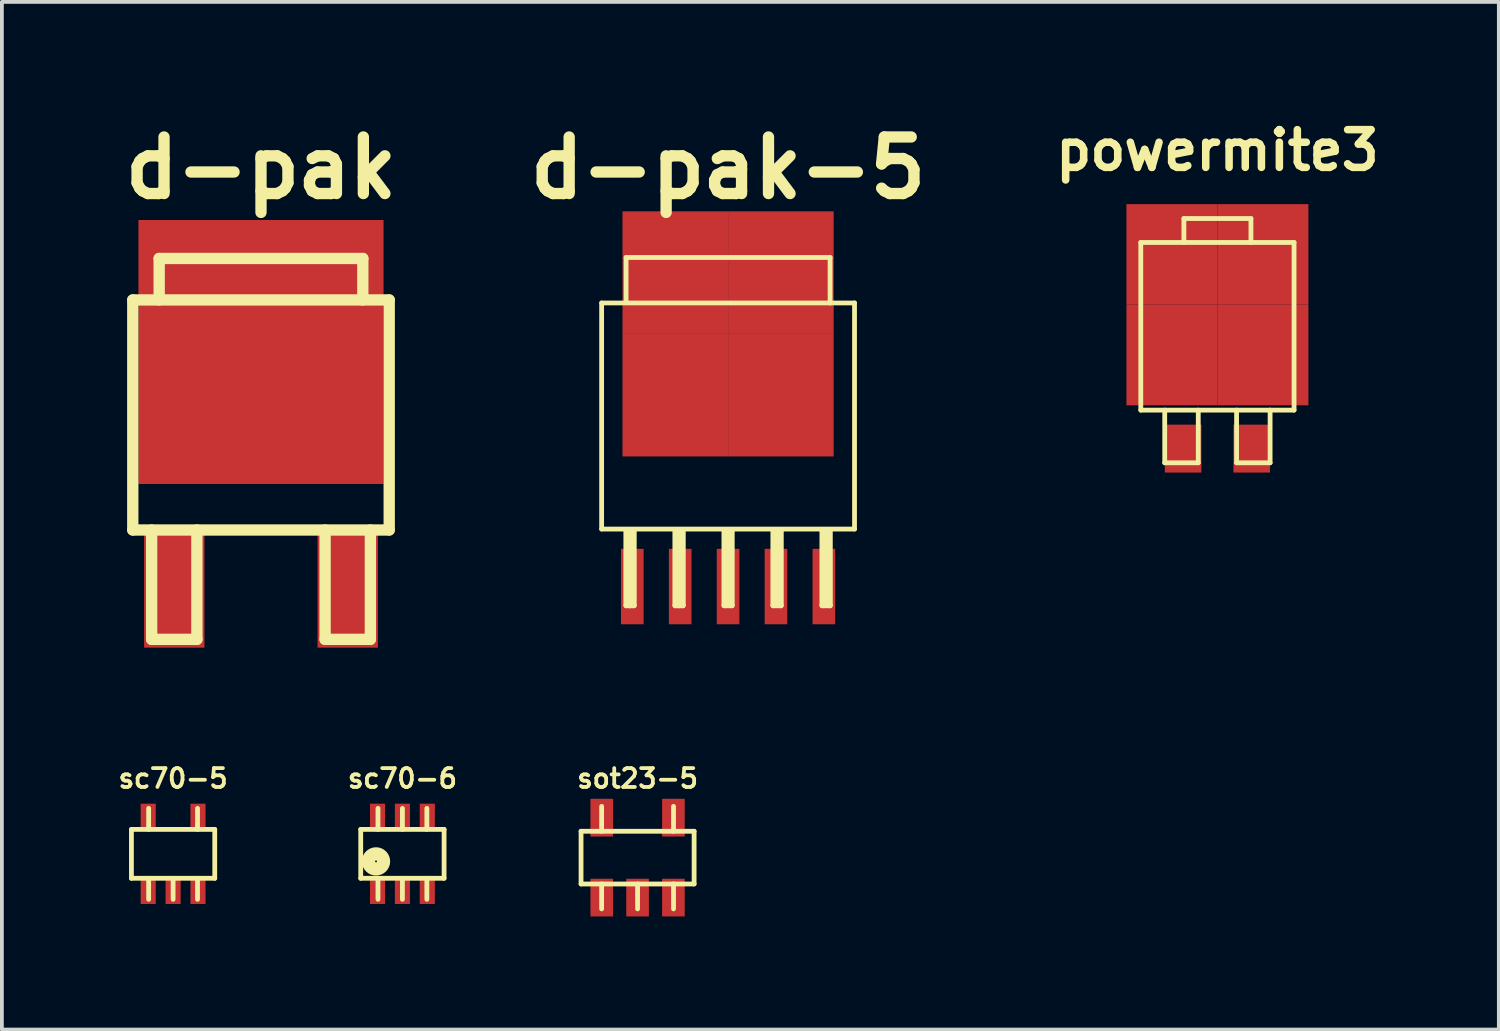
<source format=kicad_pcb>
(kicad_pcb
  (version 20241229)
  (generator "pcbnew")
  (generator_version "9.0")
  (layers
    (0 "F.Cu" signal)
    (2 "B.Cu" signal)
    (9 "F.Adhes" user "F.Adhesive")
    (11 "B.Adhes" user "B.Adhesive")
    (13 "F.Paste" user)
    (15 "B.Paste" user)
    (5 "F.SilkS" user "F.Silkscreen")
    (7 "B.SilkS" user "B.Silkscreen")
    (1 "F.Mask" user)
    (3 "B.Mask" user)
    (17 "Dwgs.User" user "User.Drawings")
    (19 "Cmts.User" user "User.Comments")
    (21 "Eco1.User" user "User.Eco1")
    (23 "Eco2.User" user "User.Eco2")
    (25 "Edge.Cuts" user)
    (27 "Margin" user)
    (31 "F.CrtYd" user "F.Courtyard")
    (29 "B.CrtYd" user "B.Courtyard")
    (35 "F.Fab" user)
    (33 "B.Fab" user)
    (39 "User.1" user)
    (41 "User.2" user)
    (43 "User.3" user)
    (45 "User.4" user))
  (footprint "sc70-6"
    (layer "F.Cu")
    (at 7.621 19.592)
    (property "Reference" "sc70-6" (at 0 -2 0) (layer "F.SilkS") (effects (font (size 0.5 0.5) (thickness 0.1))))
    (attr through_hole)
    (fp_line (start -1.105 -0.648) (end 1.105 -0.648) (stroke (width 0.127) (type solid)) (layer "F.SilkS"))
    (fp_line (start -1.105 0.648) (end -1.105 -0.648) (stroke (width 0.127) (type solid)) (layer "F.SilkS"))
    (fp_line (start -0.648 -0.648) (end -0.648 -1.206) (stroke (width 0.127) (type solid)) (layer "F.SilkS"))
    (fp_line (start -0.648 0.648) (end -0.648 1.206) (stroke (width 0.127) (type solid)) (layer "F.SilkS"))
    (fp_line (start 0 -0.648) (end 0 -1.206) (stroke (width 0.127) (type solid)) (layer "F.SilkS"))
    (fp_line (start 0 0.648) (end 0 1.206) (stroke (width 0.127) (type solid)) (layer "F.SilkS"))
    (fp_line (start 0.648 -0.648) (end 0.648 -1.206) (stroke (width 0.127) (type solid)) (layer "F.SilkS"))
    (fp_line (start 0.648 0.648) (end 0.648 1.206) (stroke (width 0.127) (type solid)) (layer "F.SilkS"))
    (fp_line (start 1.105 -0.648) (end 1.105 0.648) (stroke (width 0.127) (type solid)) (layer "F.SilkS"))
    (fp_line (start 1.105 0.648) (end -1.105 0.648) (stroke (width 0.127) (type solid)) (layer "F.SilkS"))
    (fp_circle (center -0.7 0.2) (end -0.6 0.2) (stroke (width 0.15) (type solid)) (fill no) (layer "F.SilkS"))
    (fp_circle (center -0.7 0.2) (end -0.5 0.2) (stroke (width 0.15) (type solid)) (fill no) (layer "F.SilkS"))
    (fp_circle (center -0.7 0.2) (end -0.4 0.2) (stroke (width 0.15) (type solid)) (fill no) (layer "F.SilkS"))
    (pad "1" smd rect (at -0.66 1) (size 0.4 0.66) (layers "F.Cu" "F.Mask" "F.Paste"))
    (pad "2" smd rect (at 0 1) (size 0.4 0.66) (layers "F.Cu" "F.Mask" "F.Paste"))
    (pad "3" smd rect (at 0.66 1) (size 0.4 0.66) (layers "F.Cu" "F.Mask" "F.Paste"))
    (pad "4" smd rect (at 0.66 -1) (size 0.4 0.66) (layers "F.Cu" "F.Mask" "F.Paste"))
    (pad "5" smd rect (at 0 -1) (size 0.4 0.66) (layers "F.Cu" "F.Mask" "F.Paste"))
    (pad "6" smd rect (at -0.66 -1) (size 0.4 0.66) (layers "F.Cu" "F.Mask" "F.Paste")))
  (footprint "d-pak-5"
    (layer "F.Cu")
    (at 16.257 9.404)
    (property "Reference" "d-pak-5" (at 0 -8 0) (layer "F.SilkS") (effects (font (size 1.5 1.5) (thickness 0.3))))
    (attr through_hole)
    (fp_line (start -3.353 -4.42) (end -3.353 1.575) (stroke (width 0.127) (type solid)) (layer "F.SilkS"))
    (fp_line (start -2.705 -5.626) (end 2.705 -5.626) (stroke (width 0.127) (type solid)) (layer "F.SilkS"))
    (fp_line (start -2.705 -4.432) (end -2.705 -5.626) (stroke (width 0.127) (type solid)) (layer "F.SilkS"))
    (fp_line (start -2.7 3.599) (end -2.7 1.6) (stroke (width 0.15) (type solid)) (layer "F.SilkS"))
    (fp_line (start -2.601 1.6) (end -2.601 3.599) (stroke (width 0.15) (type solid)) (layer "F.SilkS"))
    (fp_line (start -2.601 3.599) (end -2.7 3.599) (stroke (width 0.15) (type solid)) (layer "F.SilkS"))
    (fp_line (start -2.601 3.599) (end -2.499 3.599) (stroke (width 0.15) (type solid)) (layer "F.SilkS"))
    (fp_line (start -2.499 3.599) (end -2.499 1.6) (stroke (width 0.15) (type solid)) (layer "F.SilkS"))
    (fp_line (start -1.4 3.599) (end -1.4 1.6) (stroke (width 0.15) (type solid)) (layer "F.SilkS"))
    (fp_line (start -1.3 3.599) (end -1.3 1.6) (stroke (width 0.15) (type solid)) (layer "F.SilkS"))
    (fp_line (start -1.199 3.599) (end -1.4 3.599) (stroke (width 0.15) (type solid)) (layer "F.SilkS"))
    (fp_line (start -1.199 3.599) (end -1.199 1.6) (stroke (width 0.15) (type solid)) (layer "F.SilkS"))
    (fp_line (start -0.099 1.6) (end -0.099 3.599) (stroke (width 0.15) (type solid)) (layer "F.SilkS"))
    (fp_line (start -0.099 3.599) (end 0.099 3.599) (stroke (width 0.15) (type solid)) (layer "F.SilkS"))
    (fp_line (start 0 1.6) (end 0 3.5) (stroke (width 0.15) (type solid)) (layer "F.SilkS"))
    (fp_line (start 0.099 1.6) (end 0 1.6) (stroke (width 0.15) (type solid)) (layer "F.SilkS"))
    (fp_line (start 0.099 3.599) (end 0.099 1.6) (stroke (width 0.15) (type solid)) (layer "F.SilkS"))
    (fp_line (start 1.199 1.6) (end 1.199 3.599) (stroke (width 0.15) (type solid)) (layer "F.SilkS"))
    (fp_line (start 1.199 3.599) (end 1.4 3.599) (stroke (width 0.15) (type solid)) (layer "F.SilkS"))
    (fp_line (start 1.3 1.6) (end 1.3 3.5) (stroke (width 0.15) (type solid)) (layer "F.SilkS"))
    (fp_line (start 1.4 1.6) (end 1.3 1.6) (stroke (width 0.15) (type solid)) (layer "F.SilkS"))
    (fp_line (start 1.4 3.599) (end 1.4 1.6) (stroke (width 0.15) (type solid)) (layer "F.SilkS"))
    (fp_line (start 2.499 1.6) (end 2.499 3.599) (stroke (width 0.15) (type solid)) (layer "F.SilkS"))
    (fp_line (start 2.499 3.599) (end 2.7 3.599) (stroke (width 0.15) (type solid)) (layer "F.SilkS"))
    (fp_line (start 2.601 1.6) (end 2.601 3.5) (stroke (width 0.15) (type solid)) (layer "F.SilkS"))
    (fp_line (start 2.7 1.6) (end 2.601 1.6) (stroke (width 0.15) (type solid)) (layer "F.SilkS"))
    (fp_line (start 2.7 3.599) (end 2.7 1.6) (stroke (width 0.15) (type solid)) (layer "F.SilkS"))
    (fp_line (start 2.705 -5.626) (end 2.705 -4.42) (stroke (width 0.127) (type solid)) (layer "F.SilkS"))
    (fp_line (start 3.353 -4.42) (end -3.353 -4.42) (stroke (width 0.127) (type solid)) (layer "F.SilkS"))
    (fp_line (start 3.353 1.575) (end -3.353 1.575) (stroke (width 0.127) (type solid)) (layer "F.SilkS"))
    (fp_line (start 3.353 1.575) (end 3.353 -4.42) (stroke (width 0.127) (type solid)) (layer "F.SilkS"))
    (pad "1" smd rect (at -2.54 3.1) (size 0.6 2) (layers "F.Cu" "F.Mask" "F.Paste"))
    (pad "2" smd rect (at -1.27 3.1) (size 0.6 2) (layers "F.Cu" "F.Mask" "F.Paste"))
    (pad "3" smd rect (at 0 3.1) (size 0.6 2) (layers "F.Cu" "F.Mask" "F.Paste"))
    (pad "4" smd rect (at 1.27 3.1) (size 0.6 2) (layers "F.Cu" "F.Mask" "F.Paste"))
    (pad "5" smd rect (at 2.54 3.1) (size 0.6 2) (layers "F.Cu" "F.Mask" "F.Paste"))
    (pad "6" smd rect (at -1.4 -5.225) (size 2.8 3.25) (layers "F.Cu" "F.Mask" "F.Paste"))
    (pad "6" smd rect (at -1.4 -1.975) (size 2.8 3.25) (layers "F.Cu" "F.Mask" "F.Paste"))
    (pad "6" smd rect (at 1.4 -5.225) (size 2.8 3.25) (layers "F.Cu" "F.Mask" "F.Paste"))
    (pad "6" smd rect (at 1.4 -1.975) (size 2.8 3.25) (layers "F.Cu" "F.Mask" "F.Paste")))
  (footprint "sot23-5"
    (layer "F.Cu")
    (at 13.857 19.692)
    (property "Reference" "sot23-5" (at 0 -2.1 0) (layer "F.SilkS") (effects (font (size 0.5 0.5) (thickness 0.1))))
    (attr through_hole)
    (fp_line (start -1.499 -0.699) (end 1.499 -0.699) (stroke (width 0.127) (type solid)) (layer "F.SilkS"))
    (fp_line (start -1.499 0.699) (end -1.499 -0.699) (stroke (width 0.127) (type solid)) (layer "F.SilkS"))
    (fp_line (start -0.953 -0.699) (end -0.953 -1.359) (stroke (width 0.127) (type solid)) (layer "F.SilkS"))
    (fp_line (start -0.953 0.699) (end -0.953 1.359) (stroke (width 0.127) (type solid)) (layer "F.SilkS"))
    (fp_line (start 0 0.699) (end 0 1.359) (stroke (width 0.127) (type solid)) (layer "F.SilkS"))
    (fp_line (start 0.953 -0.699) (end 0.953 -1.359) (stroke (width 0.127) (type solid)) (layer "F.SilkS"))
    (fp_line (start 0.953 0.699) (end 0.953 1.359) (stroke (width 0.127) (type solid)) (layer "F.SilkS"))
    (fp_line (start 1.499 -0.699) (end 1.499 0.699) (stroke (width 0.127) (type solid)) (layer "F.SilkS"))
    (fp_line (start 1.499 0.699) (end -1.499 0.699) (stroke (width 0.127) (type solid)) (layer "F.SilkS"))
    (pad "1" smd rect (at -0.95 1.06) (size 0.6 1) (layers "F.Cu" "F.Mask" "F.Paste"))
    (pad "2" smd rect (at 0 1.06) (size 0.6 1) (layers "F.Cu" "F.Mask" "F.Paste"))
    (pad "3" smd rect (at 0.95 1.06) (size 0.6 1) (layers "F.Cu" "F.Mask" "F.Paste"))
    (pad "4" smd rect (at 0.95 -1.06) (size 0.6 1) (layers "F.Cu" "F.Mask" "F.Paste"))
    (pad "5" smd rect (at -0.95 -1.06) (size 0.6 1) (layers "F.Cu" "F.Mask" "F.Paste")))
  (footprint "d-pak"
    (layer "F.Cu")
    (at 3.871 9.404)
    (property "Reference" "d-pak" (at 0 -8 0) (layer "F.SilkS") (effects (font (size 1.5 1.5) (thickness 0.3))))
    (attr through_hole)
    (fp_line (start -3.4 -4.5) (end -3.4 1.6) (stroke (width 0.3) (type solid)) (layer "F.SilkS"))
    (fp_line (start -2.9 1.6) (end -2.9 4.5) (stroke (width 0.3) (type solid)) (layer "F.SilkS"))
    (fp_line (start -2.9 4.5) (end -1.7 4.5) (stroke (width 0.3) (type solid)) (layer "F.SilkS"))
    (fp_line (start -2.7 -5.6) (end 2.7 -5.6) (stroke (width 0.3) (type solid)) (layer "F.SilkS"))
    (fp_line (start -2.7 -4.5) (end -2.7 -5.6) (stroke (width 0.3) (type solid)) (layer "F.SilkS"))
    (fp_line (start -1.7 4.5) (end -1.7 1.6) (stroke (width 0.3) (type solid)) (layer "F.SilkS"))
    (fp_line (start 1.7 1.6) (end 1.7 4.5) (stroke (width 0.3) (type solid)) (layer "F.SilkS"))
    (fp_line (start 1.7 4.5) (end 2.9 4.5) (stroke (width 0.3) (type solid)) (layer "F.SilkS"))
    (fp_line (start 2.7 -5.6) (end 2.7 -4.5) (stroke (width 0.3) (type solid)) (layer "F.SilkS"))
    (fp_line (start 2.9 4.5) (end 2.9 1.6) (stroke (width 0.3) (type solid)) (layer "F.SilkS"))
    (fp_line (start 3.4 -4.5) (end -3.4 -4.5) (stroke (width 0.3) (type solid)) (layer "F.SilkS"))
    (fp_line (start 3.4 1.6) (end -3.4 1.6) (stroke (width 0.3) (type solid)) (layer "F.SilkS"))
    (fp_line (start 3.4 1.6) (end 3.4 -4.5) (stroke (width 0.3) (type solid)) (layer "F.SilkS"))
    (pad "1" smd rect (at -2.3 3.12) (size 1.6 3.2) (layers "F.Cu" "F.Mask" "F.Paste"))
    (pad "2" smd rect (at -1.625 -4.87) (size 3.25 3.5) (layers "F.Cu" "F.Mask" "F.Paste"))
    (pad "2" smd rect (at -1.625 -1.37) (size 3.25 3.5) (layers "F.Cu" "F.Mask" "F.Paste"))
    (pad "2" smd rect (at 1.625 -4.87) (size 3.25 3.5) (layers "F.Cu" "F.Mask" "F.Paste"))
    (pad "2" smd rect (at 1.625 -1.37) (size 3.25 3.5) (layers "F.Cu" "F.Mask" "F.Paste"))
    (pad "3" smd rect (at 2.3 3.12) (size 1.6 3.2) (layers "F.Cu" "F.Mask" "F.Paste")))
  (footprint "sc70-5"
    (layer "F.Cu")
    (at 1.54 19.592)
    (property "Reference" "sc70-5" (at 0 -2 0) (layer "F.SilkS") (effects (font (size 0.5 0.5) (thickness 0.1))))
    (attr through_hole)
    (fp_line (start -1.105 -0.648) (end 1.105 -0.648) (stroke (width 0.127) (type solid)) (layer "F.SilkS"))
    (fp_line (start -1.105 0.648) (end -1.105 -0.648) (stroke (width 0.127) (type solid)) (layer "F.SilkS"))
    (fp_line (start -0.648 -0.648) (end -0.648 -1.206) (stroke (width 0.127) (type solid)) (layer "F.SilkS"))
    (fp_line (start -0.648 0.648) (end -0.648 1.206) (stroke (width 0.127) (type solid)) (layer "F.SilkS"))
    (fp_line (start 0 0.648) (end 0 1.206) (stroke (width 0.127) (type solid)) (layer "F.SilkS"))
    (fp_line (start 0.648 -0.648) (end 0.648 -1.206) (stroke (width 0.127) (type solid)) (layer "F.SilkS"))
    (fp_line (start 0.648 0.648) (end 0.648 1.206) (stroke (width 0.127) (type solid)) (layer "F.SilkS"))
    (fp_line (start 1.105 -0.648) (end 1.105 0.648) (stroke (width 0.127) (type solid)) (layer "F.SilkS"))
    (fp_line (start 1.105 0.648) (end -1.105 0.648) (stroke (width 0.127) (type solid)) (layer "F.SilkS"))
    (pad "1" smd rect (at -0.66 1) (size 0.4 0.66) (layers "F.Cu" "F.Mask" "F.Paste"))
    (pad "2" smd rect (at 0 1) (size 0.4 0.66) (layers "F.Cu" "F.Mask" "F.Paste"))
    (pad "3" smd rect (at 0.66 1) (size 0.4 0.66) (layers "F.Cu" "F.Mask" "F.Paste"))
    (pad "4" smd rect (at 0.66 -1) (size 0.4 0.66) (layers "F.Cu" "F.Mask" "F.Paste"))
    (pad "5" smd rect (at -0.66 -1) (size 0.4 0.66) (layers "F.Cu" "F.Mask" "F.Paste")))
  (footprint "powermite3"
    (layer "F.Cu")
    (at 29.233 6.936)
    (property "Reference" "powermite3" (at 0 -6 0) (layer "F.SilkS") (effects (font (size 1 1) (thickness 0.2))))
    (attr through_hole)
    (fp_line (start -2.032 -3.556) (end -2.032 0.889) (stroke (width 0.127) (type solid)) (layer "F.SilkS"))
    (fp_line (start -2.032 0.889) (end 2.032 0.889) (stroke (width 0.127) (type solid)) (layer "F.SilkS"))
    (fp_line (start -1.397 2.286) (end -1.397 0.889) (stroke (width 0.127) (type solid)) (layer "F.SilkS"))
    (fp_line (start -1.397 2.286) (end -0.508 2.286) (stroke (width 0.127) (type solid)) (layer "F.SilkS"))
    (fp_line (start -0.889 -4.191) (end 0.889 -4.191) (stroke (width 0.127) (type solid)) (layer "F.SilkS"))
    (fp_line (start -0.889 -3.556) (end -0.889 -4.191) (stroke (width 0.127) (type solid)) (layer "F.SilkS"))
    (fp_line (start -0.508 2.286) (end -0.508 0.889) (stroke (width 0.127) (type solid)) (layer "F.SilkS"))
    (fp_line (start 0.508 2.286) (end 0.508 0.889) (stroke (width 0.127) (type solid)) (layer "F.SilkS"))
    (fp_line (start 0.508 2.286) (end 1.397 2.286) (stroke (width 0.127) (type solid)) (layer "F.SilkS"))
    (fp_line (start 0.889 -4.191) (end 0.889 -3.556) (stroke (width 0.127) (type solid)) (layer "F.SilkS"))
    (fp_line (start 1.397 2.286) (end 1.397 0.889) (stroke (width 0.127) (type solid)) (layer "F.SilkS"))
    (fp_line (start 2.032 -3.556) (end -2.032 -3.556) (stroke (width 0.127) (type solid)) (layer "F.SilkS"))
    (fp_line (start 2.032 0.889) (end 2.032 -3.556) (stroke (width 0.127) (type solid)) (layer "F.SilkS"))
    (pad "1" smd rect (at -0.91 1.91) (size 0.97 1.27) (layers "F.Cu" "F.Mask" "F.Paste"))
    (pad "2" smd rect (at -1.206 -3.239) (size 2.413 2.667) (layers "F.Cu" "F.Mask" "F.Paste"))
    (pad "2" smd rect (at -1.206 -0.572) (size 2.413 2.667) (layers "F.Cu" "F.Mask" "F.Paste"))
    (pad "2" smd rect (at 1.206 -3.239) (size 2.413 2.667) (layers "F.Cu" "F.Mask" "F.Paste"))
    (pad "2" smd rect (at 1.206 -0.572) (size 2.413 2.667) (layers "F.Cu" "F.Mask" "F.Paste"))
    (pad "3" smd rect (at 0.91 1.91) (size 0.97 1.27) (layers "F.Cu" "F.Mask" "F.Paste")))
  (gr_rect
    (start -3 -3)
    (end 36.695 24.252)
    (stroke (width 0.1) (type default))
    (fill no)
    (layer "Edge.Cuts")))
</source>
